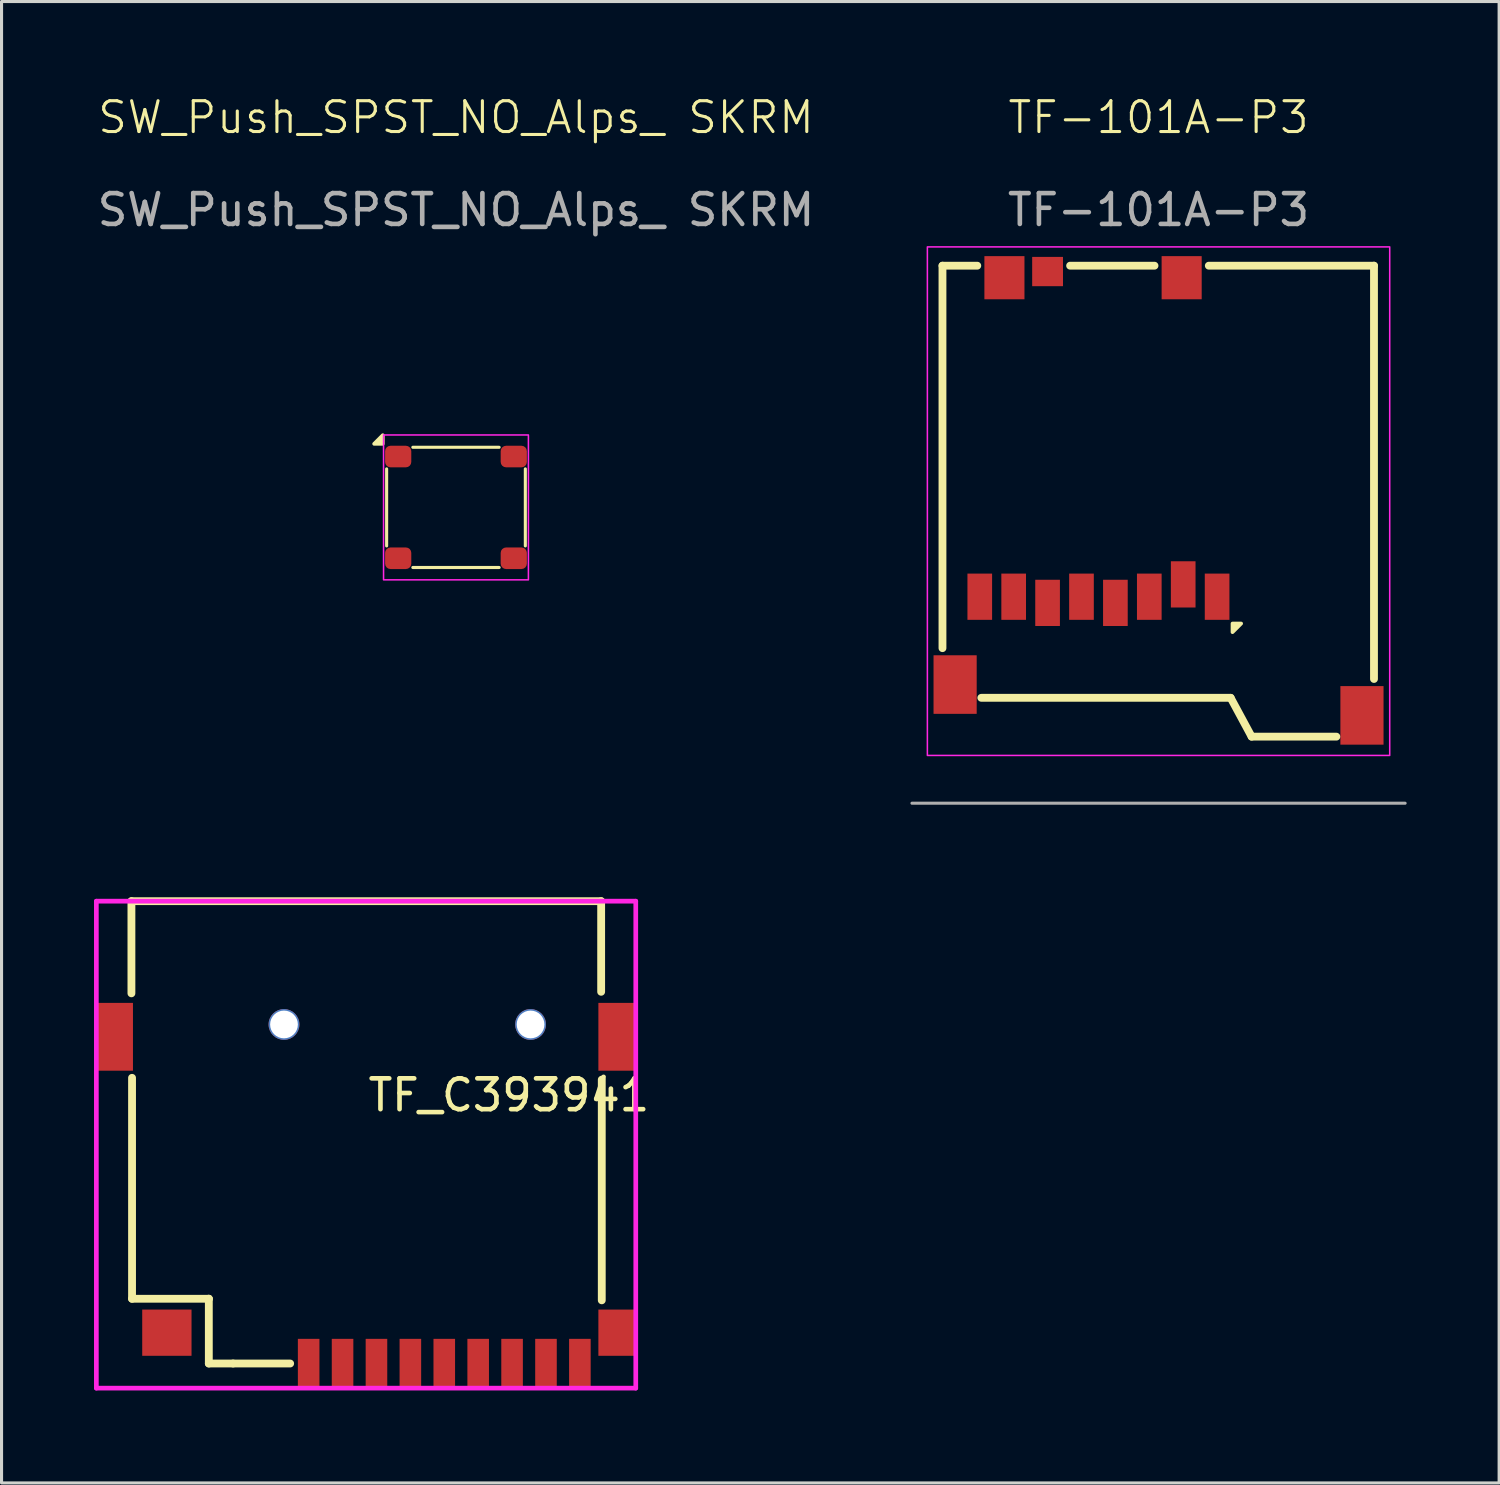
<source format=kicad_pcb>
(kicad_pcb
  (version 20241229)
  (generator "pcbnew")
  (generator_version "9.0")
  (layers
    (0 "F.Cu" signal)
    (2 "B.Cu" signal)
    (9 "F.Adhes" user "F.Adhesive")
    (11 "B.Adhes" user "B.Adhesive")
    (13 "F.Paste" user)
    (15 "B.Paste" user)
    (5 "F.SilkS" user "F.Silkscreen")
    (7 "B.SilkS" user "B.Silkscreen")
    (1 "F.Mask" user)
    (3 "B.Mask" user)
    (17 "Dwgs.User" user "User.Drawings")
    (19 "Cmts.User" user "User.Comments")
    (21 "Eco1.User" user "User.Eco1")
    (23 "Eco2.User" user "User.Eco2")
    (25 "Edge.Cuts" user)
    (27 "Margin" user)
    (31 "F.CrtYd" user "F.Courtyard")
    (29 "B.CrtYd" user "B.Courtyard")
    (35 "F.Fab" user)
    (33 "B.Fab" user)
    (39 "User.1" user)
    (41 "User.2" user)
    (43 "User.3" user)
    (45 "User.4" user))
  (footprint "SW_Push_SPST_NO_Alps_ SKRM"
    (layer "F.Cu")
    (at 11.744 13.412)
    (property "Reference" "SW_Push_SPST_NO_Alps_ SKRM" (at 0 -12.652 0) (unlocked yes) (layer "F.SilkS") (effects (font (size 1 1) (thickness 0.1))))
    (attr smd)
    (fp_line (start -2.25 -1.25) (end -2.25 1.25) (stroke (width 0.1) (type default)) (layer "F.SilkS"))
    (fp_line (start -1.4 -1.95) (end 1.4 -1.95) (stroke (width 0.1) (type default)) (layer "F.SilkS"))
    (fp_line (start -1.4 1.95) (end 1.4 1.95) (stroke (width 0.1) (type default)) (layer "F.SilkS"))
    (fp_line (start 2.25 -1.25) (end 2.25 1.25) (stroke (width 0.1) (type default)) (layer "F.SilkS"))
    (fp_poly (pts (xy -2.375 -2.062) (xy -2.655 -2.062) (xy -2.375 -2.342) (xy -2.375 -2.062)) (stroke (width 0.12) (type solid)) (fill yes) (layer "F.SilkS"))
    (fp_rect (start -2.35 -2.35) (end 2.35 2.35) (stroke (width 0.05) (type default)) (fill no) (layer "F.CrtYd"))
    (fp_text user "${REFERENCE}" (at 0 -9.652 0) (unlocked yes) (layer "F.Fab") (effects (font (size 1 1) (thickness 0.15))))
    (pad "1" smd roundrect (at -1.875 -1.65) (size 0.85 0.7) (layers "F.Cu" "F.Mask" "F.Paste") (roundrect_rratio 0.25))
    (pad "1" smd roundrect (at 1.875 -1.65) (size 0.85 0.7) (layers "F.Cu" "F.Mask" "F.Paste") (roundrect_rratio 0.25))
    (pad "2" smd roundrect (at -1.875 1.65) (size 0.85 0.7) (layers "F.Cu" "F.Mask" "F.Paste") (roundrect_rratio 0.25))
    (pad "2" smd roundrect (at 1.875 1.65) (size 0.85 0.7) (layers "F.Cu" "F.Mask" "F.Paste") (roundrect_rratio 0.25)))
  (footprint "TF_C393941"
    (layer "F.Cu")
    (at 8.814 35.688)
    (property "Reference" "TF_C393941" (at 0 -3.207 0) (layer "F.SilkS") (effects (font (size 1 1) (thickness 0.15)) (justify left)))
    (attr through_hole)
    (fp_line (start -7.6 -9.5) (end -7.6 -6.51) (stroke (width 0.254) (type solid)) (layer "F.SilkS"))
    (fp_line (start -7.58 -3.769) (end -7.58 3.4) (stroke (width 0.254) (type solid)) (layer "F.SilkS"))
    (fp_line (start -7.58 3.4) (end -5.09 3.4) (stroke (width 0.254) (type solid)) (layer "F.SilkS"))
    (fp_line (start -5.089 3.399) (end -5.1 3.4) (stroke (width 0.254) (type solid)) (layer "F.SilkS"))
    (fp_line (start -5.089 5.5) (end -5.089 3.399) (stroke (width 0.254) (type solid)) (layer "F.SilkS"))
    (fp_line (start -4.302 5.5) (end -5.089 5.5) (stroke (width 0.254) (type solid)) (layer "F.SilkS"))
    (fp_line (start -2.45 5.5) (end -4.302 5.5) (stroke (width 0.254) (type solid)) (layer "F.SilkS"))
    (fp_line (start 7.64 -9.5) (end -7.6 -9.5) (stroke (width 0.254) (type solid)) (layer "F.SilkS"))
    (fp_line (start 7.64 -6.56) (end 7.64 -9.5) (stroke (width 0.254) (type solid)) (layer "F.SilkS"))
    (fp_line (start 7.66 -3.71) (end 7.66 3.45) (stroke (width 0.254) (type solid)) (layer "F.SilkS"))
    (fp_line (start -8.738 -9.5) (end 8.763 -9.5) (stroke (width 0.152) (type solid)) (layer "F.CrtYd"))
    (fp_line (start -8.738 6.299) (end -8.738 -9.5) (stroke (width 0.152) (type solid)) (layer "F.CrtYd"))
    (fp_line (start 8.763 -9.5) (end 8.763 6.299) (stroke (width 0.152) (type solid)) (layer "F.CrtYd"))
    (fp_line (start 8.763 6.299) (end -8.738 6.299) (stroke (width 0.152) (type solid)) (layer "F.CrtYd"))
    (pad "" np_thru_hole circle (at -2.65 -5.5 270) (size 1 1) (drill 0.9) (layers "*.Cu" "*.Mask"))
    (pad "" np_thru_hole circle (at 5.35 -5.5 270) (size 1 1) (drill 0.9) (layers "*.Cu" "*.Mask"))
    (pad "1" smd rect (at -1.85 5.5) (size 0.7 1.6) (layers "F.Cu" "F.Mask" "F.Paste"))
    (pad "2" smd rect (at -0.75 5.5) (size 0.7 1.6) (layers "F.Cu" "F.Mask" "F.Paste"))
    (pad "3" smd rect (at 0.35 5.5) (size 0.7 1.6) (layers "F.Cu" "F.Mask" "F.Paste"))
    (pad "4" smd rect (at 1.45 5.5) (size 0.7 1.6) (layers "F.Cu" "F.Mask" "F.Paste"))
    (pad "5" smd rect (at 2.55 5.5) (size 0.7 1.6) (layers "F.Cu" "F.Mask" "F.Paste"))
    (pad "6" smd rect (at 3.65 5.5) (size 0.7 1.6) (layers "F.Cu" "F.Mask" "F.Paste"))
    (pad "7" smd rect (at 4.75 5.5) (size 0.7 1.6) (layers "F.Cu" "F.Mask" "F.Paste"))
    (pad "8" smd rect (at 5.85 5.5) (size 0.7 1.6) (layers "F.Cu" "F.Mask" "F.Paste"))
    (pad "9" smd rect (at 6.95 5.5) (size 0.7 1.6) (layers "F.Cu" "F.Mask" "F.Paste"))
    (pad "10" smd rect (at -8.15 -5.1) (size 1.2 2.2) (layers "F.Cu" "F.Mask" "F.Paste"))
    (pad "10" smd rect (at -6.45 4.5) (size 1.6 1.5) (layers "F.Cu" "F.Mask" "F.Paste"))
    (pad "10" smd rect (at 8.15 -5.1) (size 1.2 2.2) (layers "F.Cu" "F.Mask" "F.Paste"))
    (pad "10" smd rect (at 8.15 4.5) (size 1.2 1.5) (layers "F.Cu" "F.Mask" "F.Paste")))
  (footprint "TF-101A-P3"
    (layer "F.Cu")
    (at 34.538 12.96)
    (property "Reference" "TF-101A-P3" (at 0 -12.2 0) (unlocked yes) (layer "F.SilkS") (effects (font (size 1 1) (thickness 0.1))))
    (attr smd)
    (fp_line (start -7.01 -7.39) (end -7.01 5.019) (stroke (width 0.254) (type default)) (layer "F.SilkS"))
    (fp_line (start -5.881 -7.39) (end -7.01 -7.39) (stroke (width 0.254) (type default)) (layer "F.SilkS"))
    (fp_line (start -5.75 6.63) (end 2.34 6.63) (stroke (width 0.254) (type default)) (layer "F.SilkS"))
    (fp_line (start -0.131 -7.39) (end -2.869 -7.39) (stroke (width 0.254) (type default)) (layer "F.SilkS"))
    (fp_line (start 2.34 6.63) (end 3.02 7.89) (stroke (width 0.254) (type default)) (layer "F.SilkS"))
    (fp_line (start 3.02 7.89) (end 5.77 7.89) (stroke (width 0.254) (type default)) (layer "F.SilkS"))
    (fp_line (start 6.99 -7.39) (end 1.631 -7.39) (stroke (width 0.254) (type default)) (layer "F.SilkS"))
    (fp_line (start 6.99 6.019) (end 6.99 -7.39) (stroke (width 0.254) (type default)) (layer "F.SilkS"))
    (fp_poly (pts (xy 2.4 4.22) (xy 2.68 4.22) (xy 2.4 4.5) (xy 2.4 4.22)) (stroke (width 0.12) (type solid)) (fill yes) (layer "F.SilkS"))
    (fp_rect (start -7.5 -8) (end 7.5 8.5) (stroke (width 0.05) (type default)) (fill no) (layer "F.CrtYd"))
    (fp_line (start -8 10.05) (end 8 10.05) (stroke (width 0.1) (type default)) (layer "F.Fab"))
    (fp_text user "${REFERENCE}" (at 0 -9.2 0) (unlocked yes) (layer "F.Fab") (effects (font (size 1 1) (thickness 0.15))))
    (pad "1" smd rect (at 1.9 3.35) (size 0.8 1.5) (layers "F.Cu" "F.Mask" "F.Paste"))
    (pad "2" smd rect (at 0.8 2.95) (size 0.8 1.5) (layers "F.Cu" "F.Mask" "F.Paste"))
    (pad "3" smd rect (at -0.3 3.35) (size 0.8 1.5) (layers "F.Cu" "F.Mask" "F.Paste"))
    (pad "4" smd rect (at -1.4 3.55) (size 0.8 1.5) (layers "F.Cu" "F.Mask" "F.Paste"))
    (pad "5" smd rect (at -2.5 3.35) (size 0.8 1.5) (layers "F.Cu" "F.Mask" "F.Paste"))
    (pad "6" smd rect (at -3.6 3.55) (size 0.8 1.5) (layers "F.Cu" "F.Mask" "F.Paste"))
    (pad "7" smd rect (at -4.7 3.35) (size 0.8 1.5) (layers "F.Cu" "F.Mask" "F.Paste"))
    (pad "8" smd rect (at -5.8 3.35) (size 0.8 1.5) (layers "F.Cu" "F.Mask" "F.Paste"))
    (pad "9" smd rect (at -3.6 -7.2) (size 1 0.95) (layers "F.Cu" "F.Mask" "F.Paste"))
    (pad "10" smd rect (at -6.6 6.2) (size 1.4 1.9) (layers "F.Cu" "F.Mask" "F.Paste"))
    (pad "10" smd rect (at -5 -7) (size 1.3 1.4) (layers "F.Cu" "F.Mask" "F.Paste"))
    (pad "10" smd rect (at 0.75 -7) (size 1.3 1.4) (layers "F.Cu" "F.Mask" "F.Paste"))
    (pad "10" smd rect (at 6.6 7.2) (size 1.4 1.9) (layers "F.Cu" "F.Mask" "F.Paste")))
  (gr_rect
    (start -3 -3)
    (end 45.588 45.062)
    (stroke (width 0.1) (type default))
    (fill no)
    (layer "Edge.Cuts")))
</source>
